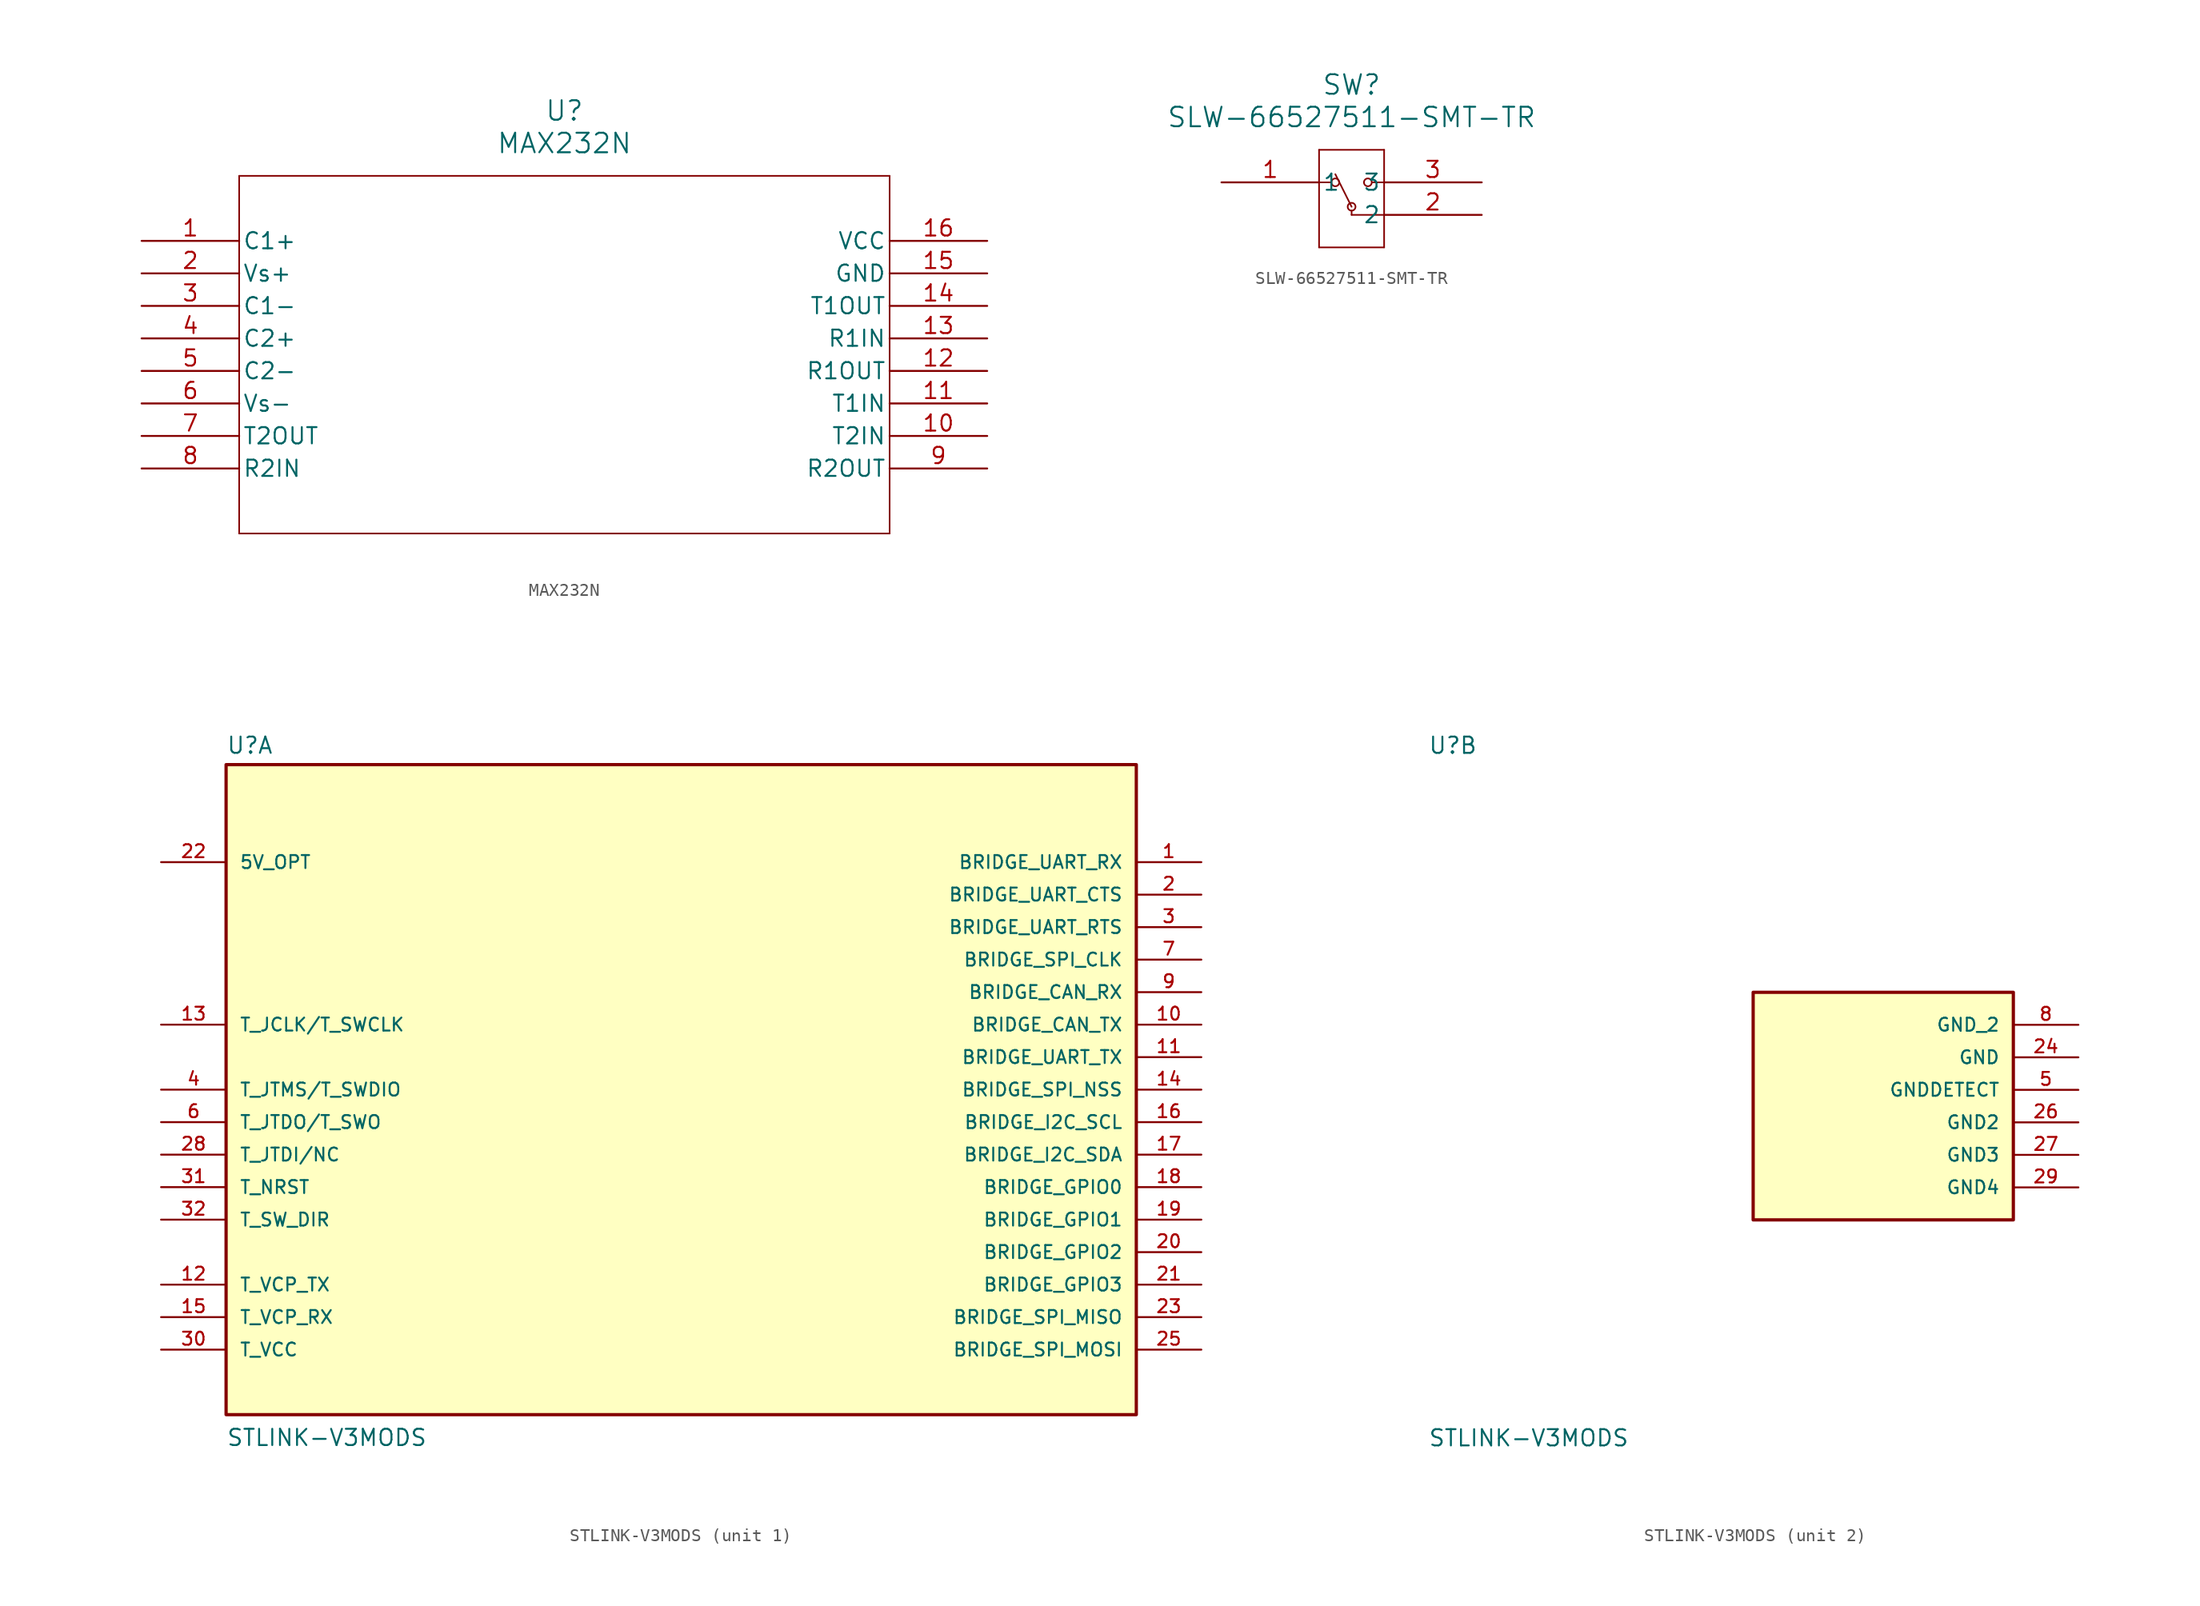
<source format=kicad_sym>
(kicad_symbol_lib
  (version 20220914)
  (generator kicad_symbol_editor)
  (symbol "MAX232N"
    (pin_names
      (offset 0.254))
    (property "Reference" "U"
      (at 33.02 10.16 0)
      (effects (font (size 1.524 1.524))))
    (property "Value" "MAX232N"
      (at 33.02 7.62 0)
      (effects (font (size 1.524 1.524))))
    (property "ki_locked" ""
      (at 0 0 0)
      (effects (font (size 1.27 1.27))))
    (symbol "MAX232N_0_1"
      (polyline (pts (xy 7.62 -22.86) (xy 58.42 -22.86)) (stroke (width 0.127) (type default)) (fill (type none)))
      (polyline (pts (xy 7.62 5.08) (xy 7.62 -22.86)) (stroke (width 0.127) (type default)) (fill (type none)))
      (polyline (pts (xy 58.42 -22.86) (xy 58.42 5.08)) (stroke (width 0.127) (type default)) (fill (type none)))
      (polyline (pts (xy 58.42 5.08) (xy 7.62 5.08)) (stroke (width 0.127) (type default)) (fill (type none)))
      (pin unspecified line (at 0 0 0) (length 7.62) (name "C1+" (effects (font (size 1.27 1.27)))) (number "1" (effects (font (size 1.27 1.27)))))
      (pin input line (at 66.04 -15.24 180) (length 7.62) (name "T2IN" (effects (font (size 1.27 1.27)))) (number "10" (effects (font (size 1.27 1.27)))))
      (pin input line (at 66.04 -12.7 180) (length 7.62) (name "T1IN" (effects (font (size 1.27 1.27)))) (number "11" (effects (font (size 1.27 1.27)))))
      (pin output line (at 66.04 -10.16 180) (length 7.62) (name "R1OUT" (effects (font (size 1.27 1.27)))) (number "12" (effects (font (size 1.27 1.27)))))
      (pin input line (at 66.04 -7.62 180) (length 7.62) (name "R1IN" (effects (font (size 1.27 1.27)))) (number "13" (effects (font (size 1.27 1.27)))))
      (pin output line (at 66.04 -5.08 180) (length 7.62) (name "T1OUT" (effects (font (size 1.27 1.27)))) (number "14" (effects (font (size 1.27 1.27)))))
      (pin power_in line (at 66.04 -2.54 180) (length 7.62) (name "GND" (effects (font (size 1.27 1.27)))) (number "15" (effects (font (size 1.27 1.27)))))
      (pin power_in line (at 66.04 0 180) (length 7.62) (name "VCC" (effects (font (size 1.27 1.27)))) (number "16" (effects (font (size 1.27 1.27)))))
      (pin unspecified line (at 0 -2.54 0) (length 7.62) (name "Vs+" (effects (font (size 1.27 1.27)))) (number "2" (effects (font (size 1.27 1.27)))))
      (pin unspecified line (at 0 -5.08 0) (length 7.62) (name "C1-" (effects (font (size 1.27 1.27)))) (number "3" (effects (font (size 1.27 1.27)))))
      (pin unspecified line (at 0 -7.62 0) (length 7.62) (name "C2+" (effects (font (size 1.27 1.27)))) (number "4" (effects (font (size 1.27 1.27)))))
      (pin unspecified line (at 0 -10.16 0) (length 7.62) (name "C2-" (effects (font (size 1.27 1.27)))) (number "5" (effects (font (size 1.27 1.27)))))
      (pin unspecified line (at 0 -12.7 0) (length 7.62) (name "Vs-" (effects (font (size 1.27 1.27)))) (number "6" (effects (font (size 1.27 1.27)))))
      (pin output line (at 0 -15.24 0) (length 7.62) (name "T2OUT" (effects (font (size 1.27 1.27)))) (number "7" (effects (font (size 1.27 1.27)))))
      (pin input line (at 0 -17.78 0) (length 7.62) (name "R2IN" (effects (font (size 1.27 1.27)))) (number "8" (effects (font (size 1.27 1.27)))))
      (pin output line (at 66.04 -17.78 180) (length 7.62) (name "R2OUT" (effects (font (size 1.27 1.27)))) (number "9" (effects (font (size 1.27 1.27)))))))
  (symbol "SLW-66527511-SMT-TR"
    (pin_names
      (offset 0.254))
    (property "Reference" "SW"
      (at 10.16 7.62 0)
      (effects (font (size 1.524 1.524))))
    (property "Value" "SLW-66527511-SMT-TR"
      (at 10.16 5.08 0)
      (effects (font (size 1.524 1.524))))
    (property "ki_locked" ""
      (at 0 0 0)
      (effects (font (size 1.27 1.27))))
    (symbol "SLW-66527511-SMT-TR_0_1"
      (polyline (pts (xy 7.62 -5.08) (xy 12.7 -5.08)) (stroke (width 0.127) (type default)) (fill (type none)))
      (polyline (pts (xy 7.62 0) (xy 8.572 0)) (stroke (width 0.127) (type default)) (fill (type none)))
      (polyline (pts (xy 7.62 2.54) (xy 7.62 -5.08)) (stroke (width 0.127) (type default)) (fill (type none)))
      (polyline (pts (xy 10.16 -2.54) (xy 10.16 -2.21)) (stroke (width 0.127) (type default)) (fill (type none)))
      (polyline (pts (xy 10.16 -2.54) (xy 12.7 -2.54)) (stroke (width 0.127) (type default)) (fill (type none)))
      (polyline (pts (xy 10.16 -1.905) (xy 8.89 0.635)) (stroke (width 0.127) (type default)) (fill (type none)))
      (polyline (pts (xy 11.748 0) (xy 12.7 0)) (stroke (width 0.127) (type default)) (fill (type none)))
      (polyline (pts (xy 12.7 -5.08) (xy 12.7 2.54)) (stroke (width 0.127) (type default)) (fill (type none)))
      (polyline (pts (xy 12.7 2.54) (xy 7.62 2.54)) (stroke (width 0.127) (type default)) (fill (type none)))
      (circle (center 8.89 0) (radius 0.305) (stroke (width 0.127) (type default)) (fill (type none)))
      (circle (center 10.16 -1.905) (radius 0.305) (stroke (width 0.127) (type default)) (fill (type none)))
      (circle (center 11.43 0) (radius 0.305) (stroke (width 0.127) (type default)) (fill (type none)))
      (pin unspecified line (at 0 0 0) (length 7.62) (name "1" (effects (font (size 1.27 1.27)))) (number "1" (effects (font (size 1.27 1.27)))))
      (pin unspecified line (at 20.32 -2.54 180) (length 7.62) (name "2" (effects (font (size 1.27 1.27)))) (number "2" (effects (font (size 1.27 1.27)))))
      (pin unspecified line (at 20.32 0 180) (length 7.62) (name "3" (effects (font (size 1.27 1.27)))) (number "3" (effects (font (size 1.27 1.27)))))))
  (symbol "STLINK-V3MODS"
    (pin_names
      (offset 1.016))
    (property "Reference" "U"
      (at -35.56 26.162 0)
      (effects (font (size 1.27 1.27)) (justify left bottom)))
    (property "Value" "STLINK-V3MODS"
      (at -35.56 -27.94 0)
      (effects (font (size 1.27 1.27)) (justify left bottom)))
    (symbol "STLINK-V3MODS_1_0"
      (rectangle (start -35.56 -25.4) (end 35.56 25.4) (stroke (width 0.254) (type default)) (fill (type background)))
      (pin passive line (at 40.64 17.78 180) (length 5.08) (name "BRIDGE_UART_RX" (effects (font (size 1.016 1.016)))) (number "1" (effects (font (size 1.016 1.016)))))
      (pin passive line (at 40.64 5.08 180) (length 5.08) (name "BRIDGE_CAN_TX" (effects (font (size 1.016 1.016)))) (number "10" (effects (font (size 1.016 1.016)))))
      (pin passive line (at 40.64 2.54 180) (length 5.08) (name "BRIDGE_UART_TX" (effects (font (size 1.016 1.016)))) (number "11" (effects (font (size 1.016 1.016)))))
      (pin passive line (at -40.64 -15.24 0) (length 5.08) (name "T_VCP_TX" (effects (font (size 1.016 1.016)))) (number "12" (effects (font (size 1.016 1.016)))))
      (pin passive line (at -40.64 5.08 0) (length 5.08) (name "T_JCLK/T_SWCLK" (effects (font (size 1.016 1.016)))) (number "13" (effects (font (size 1.016 1.016)))))
      (pin passive line (at 40.64 0 180) (length 5.08) (name "BRIDGE_SPI_NSS" (effects (font (size 1.016 1.016)))) (number "14" (effects (font (size 1.016 1.016)))))
      (pin passive line (at -40.64 -17.78 0) (length 5.08) (name "T_VCP_RX" (effects (font (size 1.016 1.016)))) (number "15" (effects (font (size 1.016 1.016)))))
      (pin bidirectional line (at 40.64 -2.54 180) (length 5.08) (name "BRIDGE_I2C_SCL" (effects (font (size 1.016 1.016)))) (number "16" (effects (font (size 1.016 1.016)))))
      (pin bidirectional line (at 40.64 -5.08 180) (length 5.08) (name "BRIDGE_I2C_SDA" (effects (font (size 1.016 1.016)))) (number "17" (effects (font (size 1.016 1.016)))))
      (pin bidirectional line (at 40.64 -7.62 180) (length 5.08) (name "BRIDGE_GPIO0" (effects (font (size 1.016 1.016)))) (number "18" (effects (font (size 1.016 1.016)))))
      (pin bidirectional line (at 40.64 -10.16 180) (length 5.08) (name "BRIDGE_GPIO1" (effects (font (size 1.016 1.016)))) (number "19" (effects (font (size 1.016 1.016)))))
      (pin passive line (at 40.64 15.24 180) (length 5.08) (name "BRIDGE_UART_CTS" (effects (font (size 1.016 1.016)))) (number "2" (effects (font (size 1.016 1.016)))))
      (pin bidirectional line (at 40.64 -12.7 180) (length 5.08) (name "BRIDGE_GPIO2" (effects (font (size 1.016 1.016)))) (number "20" (effects (font (size 1.016 1.016)))))
      (pin bidirectional line (at 40.64 -15.24 180) (length 5.08) (name "BRIDGE_GPIO3" (effects (font (size 1.016 1.016)))) (number "21" (effects (font (size 1.016 1.016)))))
      (pin passive line (at -40.64 17.78 0) (length 5.08) (name "5V_OPT" (effects (font (size 1.016 1.016)))) (number "22" (effects (font (size 1.016 1.016)))))
      (pin passive line (at 40.64 -17.78 180) (length 5.08) (name "BRIDGE_SPI_MISO" (effects (font (size 1.016 1.016)))) (number "23" (effects (font (size 1.016 1.016)))))
      (pin passive line (at 40.64 -20.32 180) (length 5.08) (name "BRIDGE_SPI_MOSI" (effects (font (size 1.016 1.016)))) (number "25" (effects (font (size 1.016 1.016)))))
      (pin passive line (at -40.64 -5.08 0) (length 5.08) (name "T_JTDI/NC" (effects (font (size 1.016 1.016)))) (number "28" (effects (font (size 1.016 1.016)))))
      (pin passive line (at 40.64 12.7 180) (length 5.08) (name "BRIDGE_UART_RTS" (effects (font (size 1.016 1.016)))) (number "3" (effects (font (size 1.016 1.016)))))
      (pin passive line (at -40.64 -20.32 0) (length 5.08) (name "T_VCC" (effects (font (size 1.016 1.016)))) (number "30" (effects (font (size 1.016 1.016)))))
      (pin passive line (at -40.64 -7.62 0) (length 5.08) (name "T_NRST" (effects (font (size 1.016 1.016)))) (number "31" (effects (font (size 1.016 1.016)))))
      (pin passive line (at -40.64 -10.16 0) (length 5.08) (name "T_SW_DIR" (effects (font (size 1.016 1.016)))) (number "32" (effects (font (size 1.016 1.016)))))
      (pin passive line (at -40.64 0 0) (length 5.08) (name "T_JTMS/T_SWDIO" (effects (font (size 1.016 1.016)))) (number "4" (effects (font (size 1.016 1.016)))))
      (pin passive line (at -40.64 -2.54 0) (length 5.08) (name "T_JTDO/T_SWO" (effects (font (size 1.016 1.016)))) (number "6" (effects (font (size 1.016 1.016)))))
      (pin passive line (at 40.64 10.16 180) (length 5.08) (name "BRIDGE_SPI_CLK" (effects (font (size 1.016 1.016)))) (number "7" (effects (font (size 1.016 1.016)))))
      (pin passive line (at 40.64 7.62 180) (length 5.08) (name "BRIDGE_CAN_RX" (effects (font (size 1.016 1.016)))) (number "9" (effects (font (size 1.016 1.016))))))
    (symbol "STLINK-V3MODS_2_0"
      (rectangle (start -10.16 -10.16) (end 10.16 7.62) (stroke (width 0.254) (type default)) (fill (type background)))
      (pin power_in line (at 15.24 2.54 180) (length 5.08) (name "GND" (effects (font (size 1.016 1.016)))) (number "24" (effects (font (size 1.016 1.016)))))
      (pin power_in line (at 15.24 -2.54 180) (length 5.08) (name "GND2" (effects (font (size 1.016 1.016)))) (number "26" (effects (font (size 1.016 1.016)))))
      (pin power_in line (at 15.24 -5.08 180) (length 5.08) (name "GND3" (effects (font (size 1.016 1.016)))) (number "27" (effects (font (size 1.016 1.016)))))
      (pin power_in line (at 15.24 -7.62 180) (length 5.08) (name "GND4" (effects (font (size 1.016 1.016)))) (number "29" (effects (font (size 1.016 1.016)))))
      (pin power_in line (at 15.24 0 180) (length 5.08) (name "GNDDETECT" (effects (font (size 1.016 1.016)))) (number "5" (effects (font (size 1.016 1.016)))))
      (pin power_in line (at 15.24 5.08 180) (length 5.08) (name "GND_2" (effects (font (size 1.016 1.016)))) (number "8" (effects (font (size 1.016 1.016))))))))
</source>
